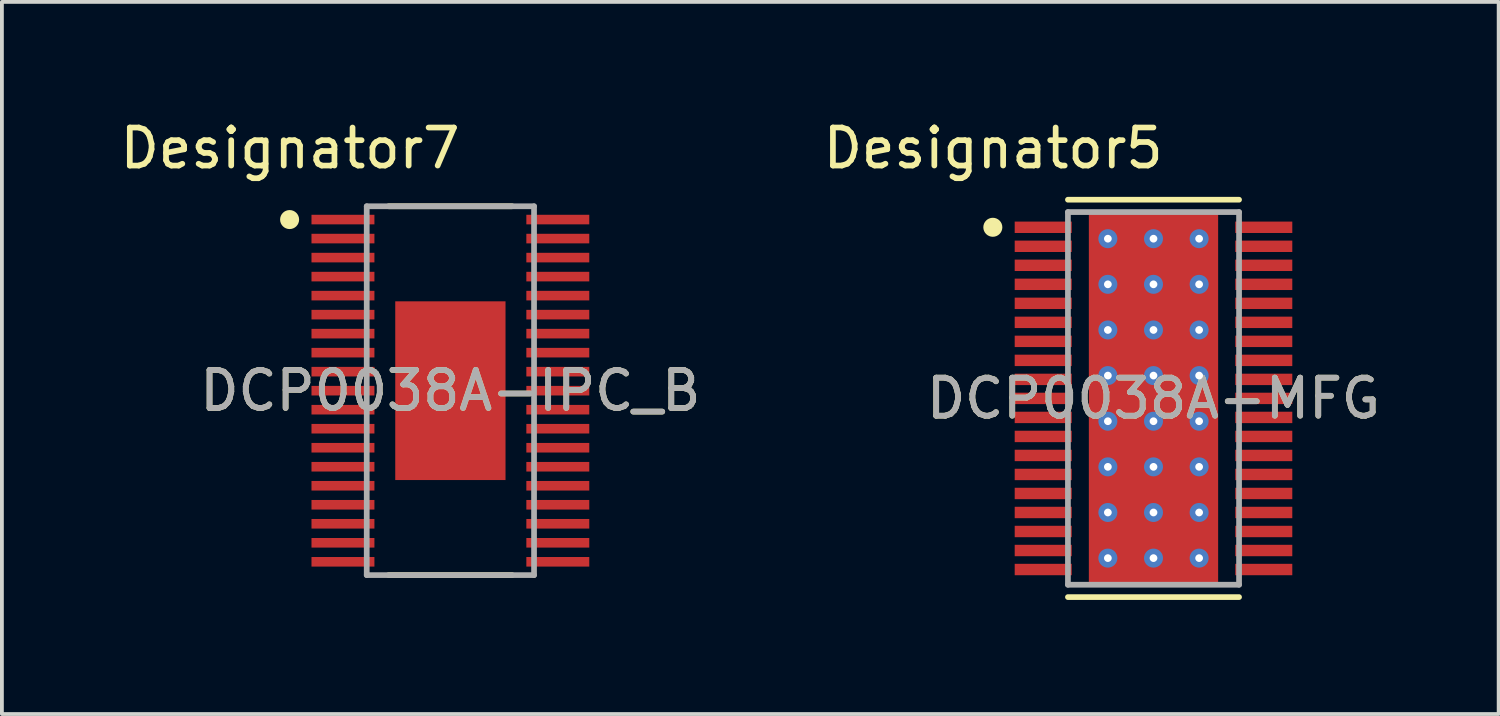
<source format=kicad_pcb>
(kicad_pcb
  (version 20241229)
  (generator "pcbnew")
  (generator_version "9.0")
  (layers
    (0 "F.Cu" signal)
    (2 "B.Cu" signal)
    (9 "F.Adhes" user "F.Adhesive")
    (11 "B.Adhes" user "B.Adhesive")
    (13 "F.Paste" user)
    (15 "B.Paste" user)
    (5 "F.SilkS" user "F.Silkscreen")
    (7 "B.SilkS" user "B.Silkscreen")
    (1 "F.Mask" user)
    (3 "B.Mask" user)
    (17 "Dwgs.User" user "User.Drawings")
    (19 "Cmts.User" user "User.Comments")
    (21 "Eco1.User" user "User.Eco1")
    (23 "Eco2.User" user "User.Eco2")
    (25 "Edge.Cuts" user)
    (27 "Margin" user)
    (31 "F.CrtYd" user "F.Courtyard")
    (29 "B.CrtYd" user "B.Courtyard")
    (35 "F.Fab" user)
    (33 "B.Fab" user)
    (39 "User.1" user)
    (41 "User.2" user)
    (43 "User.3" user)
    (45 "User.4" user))
  (footprint "DCP0038A-IPC_B"
    (layer "F.Cu")
    (at 8.794 7.224)
    (property "Reference" "DCP0038A-IPC_B" (at 0 0 0) (unlocked yes) (layer "F.SilkS") (effects (font (size 1 1) (thickness 0.15))))
    (attr smd)
    (fp_line (start -1.623 -4.85) (end 1.623 -4.85) (stroke (width 0.15) (type solid)) (layer "F.SilkS"))
    (fp_line (start -1.623 4.85) (end 1.623 4.85) (stroke (width 0.15) (type solid)) (layer "F.SilkS"))
    (fp_circle (center -4.228 -4.5) (end -4.103 -4.5) (stroke (width 0.25) (type solid)) (fill no) (layer "F.SilkS"))
    (fp_poly (pts (xy -0.969 -0.24) (xy 0.969 -0.24) (xy 0.969 -1.869) (xy -0.969 -1.869)) (stroke (width 0) (type solid)) (fill yes) (layer "F.Paste"))
    (fp_poly (pts (xy -0.969 1.869) (xy 0.969 1.869) (xy 0.969 0.24) (xy -0.969 0.24)) (stroke (width 0) (type solid)) (fill yes) (layer "F.Paste"))
    (fp_line (start -2.2 -4.85) (end 2.2 -4.85) (stroke (width 0.15) (type solid)) (layer "F.Fab"))
    (fp_line (start -2.2 4.85) (end -2.2 -4.85) (stroke (width 0.15) (type solid)) (layer "F.Fab"))
    (fp_line (start -2.2 4.85) (end 2.2 4.85) (stroke (width 0.15) (type solid)) (layer "F.Fab"))
    (fp_line (start 2.2 4.85) (end 2.2 -4.85) (stroke (width 0.15) (type solid)) (layer "F.Fab"))
    (fp_text user "Designator7" (at -4.216 -6.375 0) (unlocked yes) (layer "F.SilkS") (effects (font (size 1 1) (thickness 0.15))))
    (fp_text user "${REFERENCE}" (at 0 0 0) (unlocked yes) (layer "F.Fab") (effects (font (size 1 1) (thickness 0.15))))
    (pad "1" smd rect (at -2.825 -4.5) (size 1.655 0.252) (layers "F.Cu" "F.Mask" "F.Paste"))
    (pad "2" smd rect (at -2.825 -4) (size 1.655 0.252) (layers "F.Cu" "F.Mask" "F.Paste"))
    (pad "3" smd rect (at -2.825 -3.5) (size 1.655 0.252) (layers "F.Cu" "F.Mask" "F.Paste"))
    (pad "4" smd rect (at -2.825 -3) (size 1.655 0.252) (layers "F.Cu" "F.Mask" "F.Paste"))
    (pad "5" smd rect (at -2.825 -2.5) (size 1.655 0.252) (layers "F.Cu" "F.Mask" "F.Paste"))
    (pad "6" smd rect (at -2.825 -2) (size 1.655 0.252) (layers "F.Cu" "F.Mask" "F.Paste"))
    (pad "7" smd rect (at -2.825 -1.5) (size 1.655 0.252) (layers "F.Cu" "F.Mask" "F.Paste"))
    (pad "8" smd rect (at -2.825 -1) (size 1.655 0.252) (layers "F.Cu" "F.Mask" "F.Paste"))
    (pad "9" smd rect (at -2.825 -0.5) (size 1.655 0.252) (layers "F.Cu" "F.Mask" "F.Paste"))
    (pad "10" smd rect (at -2.825 0) (size 1.655 0.252) (layers "F.Cu" "F.Mask" "F.Paste"))
    (pad "11" smd rect (at -2.825 0.5) (size 1.655 0.252) (layers "F.Cu" "F.Mask" "F.Paste"))
    (pad "12" smd rect (at -2.825 1) (size 1.655 0.252) (layers "F.Cu" "F.Mask" "F.Paste"))
    (pad "13" smd rect (at -2.825 1.5) (size 1.655 0.252) (layers "F.Cu" "F.Mask" "F.Paste"))
    (pad "14" smd rect (at -2.825 2) (size 1.655 0.252) (layers "F.Cu" "F.Mask" "F.Paste"))
    (pad "15" smd rect (at -2.825 2.5) (size 1.655 0.252) (layers "F.Cu" "F.Mask" "F.Paste"))
    (pad "16" smd rect (at -2.825 3) (size 1.655 0.252) (layers "F.Cu" "F.Mask" "F.Paste"))
    (pad "17" smd rect (at -2.825 3.5) (size 1.655 0.252) (layers "F.Cu" "F.Mask" "F.Paste"))
    (pad "18" smd rect (at -2.825 4) (size 1.655 0.252) (layers "F.Cu" "F.Mask" "F.Paste"))
    (pad "19" smd rect (at -2.825 4.5) (size 1.655 0.252) (layers "F.Cu" "F.Mask" "F.Paste"))
    (pad "20" smd rect (at 2.825 4.5) (size 1.655 0.252) (layers "F.Cu" "F.Mask" "F.Paste"))
    (pad "21" smd rect (at 2.825 4) (size 1.655 0.252) (layers "F.Cu" "F.Mask" "F.Paste"))
    (pad "22" smd rect (at 2.825 3.5) (size 1.655 0.252) (layers "F.Cu" "F.Mask" "F.Paste"))
    (pad "23" smd rect (at 2.825 3) (size 1.655 0.252) (layers "F.Cu" "F.Mask" "F.Paste"))
    (pad "24" smd rect (at 2.825 2.5) (size 1.655 0.252) (layers "F.Cu" "F.Mask" "F.Paste"))
    (pad "25" smd rect (at 2.825 2) (size 1.655 0.252) (layers "F.Cu" "F.Mask" "F.Paste"))
    (pad "26" smd rect (at 2.825 1.5) (size 1.655 0.252) (layers "F.Cu" "F.Mask" "F.Paste"))
    (pad "27" smd rect (at 2.825 1) (size 1.655 0.252) (layers "F.Cu" "F.Mask" "F.Paste"))
    (pad "28" smd rect (at 2.825 0.5) (size 1.655 0.252) (layers "F.Cu" "F.Mask" "F.Paste"))
    (pad "29" smd rect (at 2.825 0) (size 1.655 0.252) (layers "F.Cu" "F.Mask" "F.Paste"))
    (pad "30" smd rect (at 2.825 -0.5) (size 1.655 0.252) (layers "F.Cu" "F.Mask" "F.Paste"))
    (pad "31" smd rect (at 2.825 -1) (size 1.655 0.252) (layers "F.Cu" "F.Mask" "F.Paste"))
    (pad "32" smd rect (at 2.825 -1.5) (size 1.655 0.252) (layers "F.Cu" "F.Mask" "F.Paste"))
    (pad "33" smd rect (at 2.825 -2) (size 1.655 0.252) (layers "F.Cu" "F.Mask" "F.Paste"))
    (pad "34" smd rect (at 2.825 -2.5) (size 1.655 0.252) (layers "F.Cu" "F.Mask" "F.Paste"))
    (pad "35" smd rect (at 2.825 -3) (size 1.655 0.252) (layers "F.Cu" "F.Mask" "F.Paste"))
    (pad "36" smd rect (at 2.825 -3.5) (size 1.655 0.252) (layers "F.Cu" "F.Mask" "F.Paste"))
    (pad "37" smd rect (at 2.825 -4) (size 1.655 0.252) (layers "F.Cu" "F.Mask" "F.Paste"))
    (pad "38" smd rect (at 2.825 -4.5) (size 1.655 0.252) (layers "F.Cu" "F.Mask" "F.Paste"))
    (pad "39" smd rect (at 0 0) (size 2.9 4.7) (layers "F.Cu" "F.Mask")))
  (footprint "DCP0038A-MFG"
    (layer "F.Cu")
    (at 27.284 7.427)
    (property "Reference" "DCP0038A-MFG" (at 0 0 0) (unlocked yes) (layer "F.SilkS") (effects (font (size 1 1) (thickness 0.15))))
    (attr smd)
    (fp_poly (pts (xy 1.45 -2.3) (xy 1.45 2.3) (xy 1.4 2.35) (xy -1.4 2.35) (xy -1.45 2.3) (xy -1.45 -2.3) (xy -1.4 -2.35) (xy 1.4 -2.35)) (stroke (width 0) (type solid)) (fill yes) (layer "F.Mask"))
    (fp_line (start -2.25 -5.225) (end 2.25 -5.225) (stroke (width 0.15) (type solid)) (layer "F.SilkS"))
    (fp_line (start -2.25 5.225) (end 2.25 5.225) (stroke (width 0.15) (type solid)) (layer "F.SilkS"))
    (fp_circle (center -4.225 -4.5) (end -4.1 -4.5) (stroke (width 0.25) (type solid)) (fill no) (layer "F.SilkS"))
    (fp_poly (pts (xy 1.45 -2.3) (xy 1.45 2.3) (xy 1.4 2.35) (xy -1.4 2.35) (xy -1.45 2.3) (xy -1.45 -2.3) (xy -1.4 -2.35) (xy 1.4 -2.35)) (stroke (width 0) (type solid)) (fill yes) (layer "F.Paste"))
    (fp_line (start -2.25 -4.9) (end 2.25 -4.9) (stroke (width 0.15) (type solid)) (layer "F.Fab"))
    (fp_line (start -2.25 4.9) (end -2.25 -4.9) (stroke (width 0.15) (type solid)) (layer "F.Fab"))
    (fp_line (start -2.25 4.9) (end 2.25 4.9) (stroke (width 0.15) (type solid)) (layer "F.Fab"))
    (fp_line (start 2.25 4.9) (end 2.25 -4.9) (stroke (width 0.15) (type solid)) (layer "F.Fab"))
    (fp_text user "Designator5" (at -4.216 -6.579 0) (unlocked yes) (layer "F.SilkS") (effects (font (size 1 1) (thickness 0.15))))
    (fp_text user "${REFERENCE}" (at 0 0 0) (unlocked yes) (layer "F.Fab") (effects (font (size 1 1) (thickness 0.15))))
    (pad "1" smd rect (at -2.9 -4.5) (size 1.5 0.3) (layers "F.Cu" "F.Mask" "F.Paste"))
    (pad "2" smd rect (at -2.9 -4) (size 1.5 0.3) (layers "F.Cu" "F.Mask" "F.Paste"))
    (pad "3" smd rect (at -2.9 -3.5) (size 1.5 0.3) (layers "F.Cu" "F.Mask" "F.Paste"))
    (pad "4" smd rect (at -2.9 -3) (size 1.5 0.3) (layers "F.Cu" "F.Mask" "F.Paste"))
    (pad "5" smd rect (at -2.9 -2.5) (size 1.5 0.3) (layers "F.Cu" "F.Mask" "F.Paste"))
    (pad "6" smd rect (at -2.9 -2) (size 1.5 0.3) (layers "F.Cu" "F.Mask" "F.Paste"))
    (pad "7" smd rect (at -2.9 -1.5) (size 1.5 0.3) (layers "F.Cu" "F.Mask" "F.Paste"))
    (pad "8" smd rect (at -2.9 -1) (size 1.5 0.3) (layers "F.Cu" "F.Mask" "F.Paste"))
    (pad "9" smd rect (at -2.9 -0.5) (size 1.5 0.3) (layers "F.Cu" "F.Mask" "F.Paste"))
    (pad "10" smd rect (at -2.9 0) (size 1.5 0.3) (layers "F.Cu" "F.Mask" "F.Paste"))
    (pad "11" smd rect (at -2.9 0.5) (size 1.5 0.3) (layers "F.Cu" "F.Mask" "F.Paste"))
    (pad "12" smd rect (at -2.9 1) (size 1.5 0.3) (layers "F.Cu" "F.Mask" "F.Paste"))
    (pad "13" smd rect (at -2.9 1.5) (size 1.5 0.3) (layers "F.Cu" "F.Mask" "F.Paste"))
    (pad "14" smd rect (at -2.9 2) (size 1.5 0.3) (layers "F.Cu" "F.Mask" "F.Paste"))
    (pad "15" smd rect (at -2.9 2.5) (size 1.5 0.3) (layers "F.Cu" "F.Mask" "F.Paste"))
    (pad "16" smd rect (at -2.9 3) (size 1.5 0.3) (layers "F.Cu" "F.Mask" "F.Paste"))
    (pad "17" smd rect (at -2.9 3.5) (size 1.5 0.3) (layers "F.Cu" "F.Mask" "F.Paste"))
    (pad "18" smd rect (at -2.9 4) (size 1.5 0.3) (layers "F.Cu" "F.Mask" "F.Paste"))
    (pad "19" smd rect (at -2.9 4.5) (size 1.5 0.3) (layers "F.Cu" "F.Mask" "F.Paste"))
    (pad "20" smd rect (at 2.9 4.5) (size 1.5 0.3) (layers "F.Cu" "F.Mask" "F.Paste"))
    (pad "21" smd rect (at 2.9 4) (size 1.5 0.3) (layers "F.Cu" "F.Mask" "F.Paste"))
    (pad "22" smd rect (at 2.9 3.5) (size 1.5 0.3) (layers "F.Cu" "F.Mask" "F.Paste"))
    (pad "23" smd rect (at 2.9 3) (size 1.5 0.3) (layers "F.Cu" "F.Mask" "F.Paste"))
    (pad "24" smd rect (at 2.9 2.5) (size 1.5 0.3) (layers "F.Cu" "F.Mask" "F.Paste"))
    (pad "25" smd rect (at 2.9 2) (size 1.5 0.3) (layers "F.Cu" "F.Mask" "F.Paste"))
    (pad "26" smd rect (at 2.9 1.5) (size 1.5 0.3) (layers "F.Cu" "F.Mask" "F.Paste"))
    (pad "27" smd rect (at 2.9 1) (size 1.5 0.3) (layers "F.Cu" "F.Mask" "F.Paste"))
    (pad "28" smd rect (at 2.9 0.5) (size 1.5 0.3) (layers "F.Cu" "F.Mask" "F.Paste"))
    (pad "29" smd rect (at 2.9 0) (size 1.5 0.3) (layers "F.Cu" "F.Mask" "F.Paste"))
    (pad "30" smd rect (at 2.9 -0.5) (size 1.5 0.3) (layers "F.Cu" "F.Mask" "F.Paste"))
    (pad "31" smd rect (at 2.9 -1) (size 1.5 0.3) (layers "F.Cu" "F.Mask" "F.Paste"))
    (pad "32" smd rect (at 2.9 -1.5) (size 1.5 0.3) (layers "F.Cu" "F.Mask" "F.Paste"))
    (pad "33" smd rect (at 2.9 -2) (size 1.5 0.3) (layers "F.Cu" "F.Mask" "F.Paste"))
    (pad "34" smd rect (at 2.9 -2.5) (size 1.5 0.3) (layers "F.Cu" "F.Mask" "F.Paste"))
    (pad "35" smd rect (at 2.9 -3) (size 1.5 0.3) (layers "F.Cu" "F.Mask" "F.Paste"))
    (pad "36" smd rect (at 2.9 -3.5) (size 1.5 0.3) (layers "F.Cu" "F.Mask" "F.Paste"))
    (pad "37" smd rect (at 2.9 -4) (size 1.5 0.3) (layers "F.Cu" "F.Mask" "F.Paste"))
    (pad "38" smd rect (at 2.9 -4.5) (size 1.5 0.3) (layers "F.Cu" "F.Mask" "F.Paste"))
    (pad "39" smd rect (at 0 0) (size 3.4 9.7) (layers "F.Cu"))
    (pad "40" thru_hole circle (at 0 4.2) (size 0.5 0.5) (drill 0.203) (layers "*.Cu" "*.Mask"))
    (pad "41" thru_hole circle (at 0 3) (size 0.5 0.5) (drill 0.203) (layers "*.Cu" "*.Mask"))
    (pad "42" thru_hole circle (at 0 1.8) (size 0.5 0.5) (drill 0.203) (layers "*.Cu" "*.Mask"))
    (pad "43" thru_hole circle (at 0 0.6) (size 0.5 0.5) (drill 0.203) (layers "*.Cu" "*.Mask"))
    (pad "44" thru_hole circle (at 0 -0.6) (size 0.5 0.5) (drill 0.203) (layers "*.Cu" "*.Mask"))
    (pad "45" thru_hole circle (at 0 -1.8) (size 0.5 0.5) (drill 0.203) (layers "*.Cu" "*.Mask"))
    (pad "46" thru_hole circle (at 0 -3) (size 0.5 0.5) (drill 0.203) (layers "*.Cu" "*.Mask"))
    (pad "47" thru_hole circle (at 0 -4.2) (size 0.5 0.5) (drill 0.203) (layers "*.Cu" "*.Mask"))
    (pad "48" thru_hole circle (at 1.2 4.2) (size 0.5 0.5) (drill 0.203) (layers "*.Cu" "*.Mask"))
    (pad "49" thru_hole circle (at 1.2 3) (size 0.5 0.5) (drill 0.203) (layers "*.Cu" "*.Mask"))
    (pad "50" thru_hole circle (at 1.2 1.8) (size 0.5 0.5) (drill 0.203) (layers "*.Cu" "*.Mask"))
    (pad "51" thru_hole circle (at 1.2 0.6) (size 0.5 0.5) (drill 0.203) (layers "*.Cu" "*.Mask"))
    (pad "52" thru_hole circle (at 1.2 -0.6) (size 0.5 0.5) (drill 0.203) (layers "*.Cu" "*.Mask"))
    (pad "53" thru_hole circle (at 1.2 -1.8) (size 0.5 0.5) (drill 0.203) (layers "*.Cu" "*.Mask"))
    (pad "54" thru_hole circle (at 1.2 -3) (size 0.5 0.5) (drill 0.203) (layers "*.Cu" "*.Mask"))
    (pad "55" thru_hole circle (at 1.2 -4.2) (size 0.5 0.5) (drill 0.203) (layers "*.Cu" "*.Mask"))
    (pad "56" thru_hole circle (at -1.2 4.2) (size 0.5 0.5) (drill 0.203) (layers "*.Cu" "*.Mask"))
    (pad "57" thru_hole circle (at -1.2 3) (size 0.5 0.5) (drill 0.203) (layers "*.Cu" "*.Mask"))
    (pad "58" thru_hole circle (at -1.2 1.8) (size 0.5 0.5) (drill 0.203) (layers "*.Cu" "*.Mask"))
    (pad "59" thru_hole circle (at -1.2 0.6) (size 0.5 0.5) (drill 0.203) (layers "*.Cu" "*.Mask"))
    (pad "60" thru_hole circle (at -1.2 -0.6) (size 0.5 0.5) (drill 0.203) (layers "*.Cu" "*.Mask"))
    (pad "61" thru_hole circle (at -1.2 -1.8) (size 0.5 0.5) (drill 0.203) (layers "*.Cu" "*.Mask"))
    (pad "62" thru_hole circle (at -1.2 -3) (size 0.5 0.5) (drill 0.203) (layers "*.Cu" "*.Mask"))
    (pad "63" thru_hole circle (at -1.2 -4.2) (size 0.5 0.5) (drill 0.203) (layers "*.Cu" "*.Mask")))
  (gr_rect
    (start -3 -3)
    (end 36.361 15.727)
    (stroke (width 0.1) (type default))
    (fill no)
    (layer "Edge.Cuts")))
</source>
